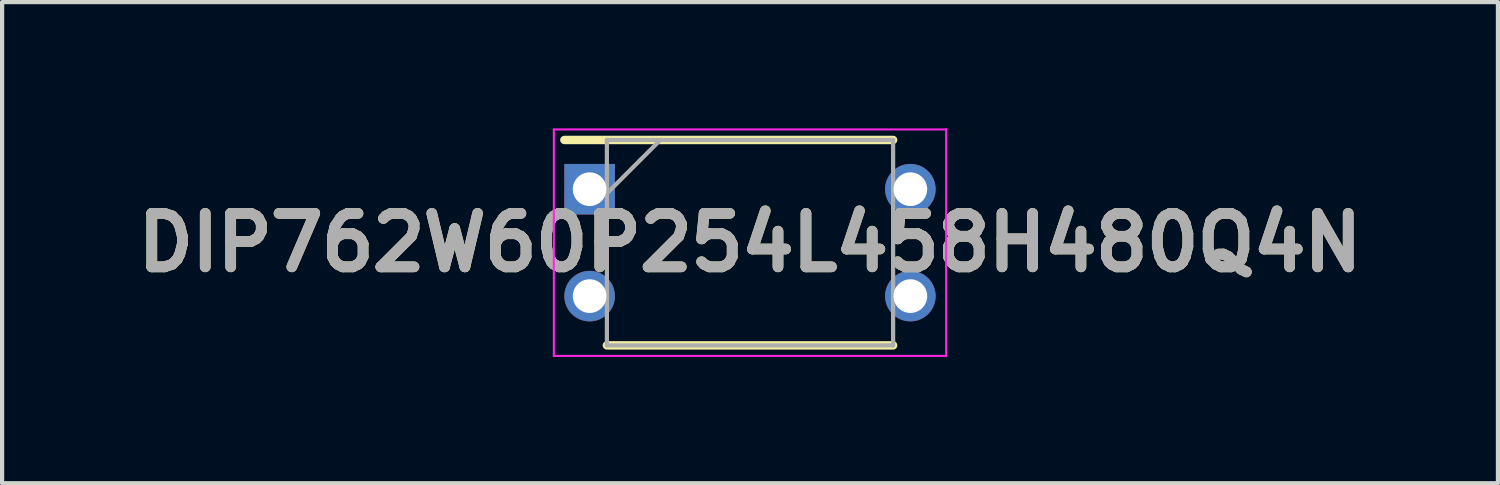
<source format=kicad_pcb>
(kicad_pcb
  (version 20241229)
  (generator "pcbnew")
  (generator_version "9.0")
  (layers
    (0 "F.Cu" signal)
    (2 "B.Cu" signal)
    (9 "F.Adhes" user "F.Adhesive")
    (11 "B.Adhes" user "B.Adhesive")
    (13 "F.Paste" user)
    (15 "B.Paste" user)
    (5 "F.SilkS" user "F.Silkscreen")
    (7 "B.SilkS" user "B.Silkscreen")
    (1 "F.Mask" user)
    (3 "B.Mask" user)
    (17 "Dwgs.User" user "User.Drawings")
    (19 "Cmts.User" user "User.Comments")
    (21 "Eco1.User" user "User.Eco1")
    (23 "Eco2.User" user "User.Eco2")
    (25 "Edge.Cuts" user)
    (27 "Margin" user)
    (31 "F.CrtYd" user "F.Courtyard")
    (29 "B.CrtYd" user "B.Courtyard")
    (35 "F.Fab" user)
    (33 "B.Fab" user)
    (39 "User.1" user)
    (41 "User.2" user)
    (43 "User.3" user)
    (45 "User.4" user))
  (footprint "DIP762W60P254L458H480Q4N"
    (layer "F.Cu")
    (at 14.768 2.715)
    (property "Reference" "DIP762W60P254L458H480Q4N" (at 0 0 0) (layer "F.SilkS") (effects (font (size 1.27 1.27) (thickness 0.254))))
    (attr through_hole)
    (fp_line (start -4.41 -2.44) (end 3.4 -2.44) (stroke (width 0.2) (type solid)) (layer "F.SilkS"))
    (fp_line (start -3.4 2.44) (end 3.4 2.44) (stroke (width 0.2) (type solid)) (layer "F.SilkS"))
    (fp_line (start -4.66 -2.69) (end 4.66 -2.69) (stroke (width 0.05) (type solid)) (layer "F.CrtYd"))
    (fp_line (start -4.66 2.69) (end -4.66 -2.69) (stroke (width 0.05) (type solid)) (layer "F.CrtYd"))
    (fp_line (start 4.66 -2.69) (end 4.66 2.69) (stroke (width 0.05) (type solid)) (layer "F.CrtYd"))
    (fp_line (start 4.66 2.69) (end -4.66 2.69) (stroke (width 0.05) (type solid)) (layer "F.CrtYd"))
    (fp_line (start -3.4 -2.44) (end 3.4 -2.44) (stroke (width 0.1) (type solid)) (layer "F.Fab"))
    (fp_line (start -3.4 -1.17) (end -2.13 -2.44) (stroke (width 0.1) (type solid)) (layer "F.Fab"))
    (fp_line (start -3.4 2.44) (end -3.4 -2.44) (stroke (width 0.1) (type solid)) (layer "F.Fab"))
    (fp_line (start 3.4 -2.44) (end 3.4 2.44) (stroke (width 0.1) (type solid)) (layer "F.Fab"))
    (fp_line (start 3.4 2.44) (end -3.4 2.44) (stroke (width 0.1) (type solid)) (layer "F.Fab"))
    (fp_text user "${REFERENCE}" (at 0 0 0) (layer "F.Fab") (effects (font (size 1.27 1.27) (thickness 0.254))))
    (pad "1" thru_hole rect (at -3.81 -1.27) (size 1.2 1.2) (drill 0.8) (layers "*.Cu" "*.Mask"))
    (pad "2" thru_hole circle (at -3.81 1.27) (size 1.2 1.2) (drill 0.8) (layers "*.Cu" "*.Mask"))
    (pad "3" thru_hole circle (at 3.81 1.27) (size 1.2 1.2) (drill 0.8) (layers "*.Cu" "*.Mask"))
    (pad "4" thru_hole circle (at 3.81 -1.27) (size 1.2 1.2) (drill 0.8) (layers "*.Cu" "*.Mask")))
  (gr_rect
    (start -3 -3)
    (end 32.537 8.43)
    (stroke (width 0.1) (type default))
    (fill no)
    (layer "Edge.Cuts")))
</source>
